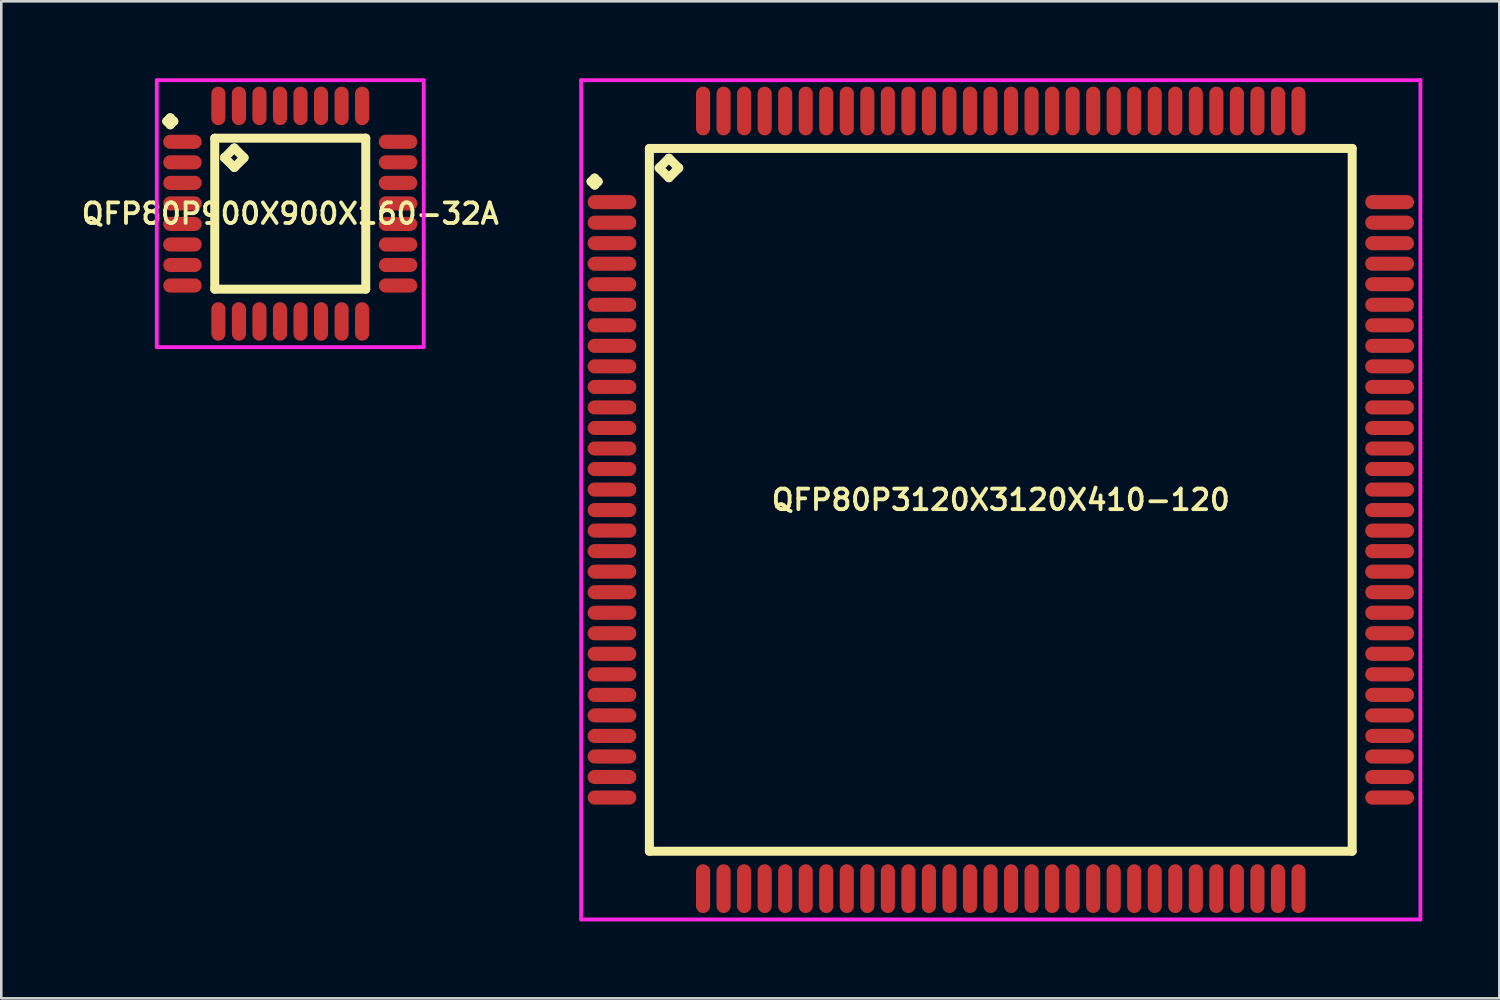
<source format=kicad_pcb>
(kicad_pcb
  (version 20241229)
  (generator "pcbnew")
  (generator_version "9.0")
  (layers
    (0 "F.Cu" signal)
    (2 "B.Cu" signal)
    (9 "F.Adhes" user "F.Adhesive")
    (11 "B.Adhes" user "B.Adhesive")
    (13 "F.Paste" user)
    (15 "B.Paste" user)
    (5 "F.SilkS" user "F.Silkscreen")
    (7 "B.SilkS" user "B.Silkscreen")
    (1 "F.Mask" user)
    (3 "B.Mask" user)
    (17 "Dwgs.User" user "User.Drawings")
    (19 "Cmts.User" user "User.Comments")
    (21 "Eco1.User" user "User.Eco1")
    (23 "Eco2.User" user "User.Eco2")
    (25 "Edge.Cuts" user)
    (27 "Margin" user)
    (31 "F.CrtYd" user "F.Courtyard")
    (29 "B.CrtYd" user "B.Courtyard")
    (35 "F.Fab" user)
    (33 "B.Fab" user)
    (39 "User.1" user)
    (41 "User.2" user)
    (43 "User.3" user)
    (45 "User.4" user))
  (footprint "QFP80P3120X3120X410-120"
    (layer "F.Cu")
    (at 35.944 16.425)
    (property "Reference" "QFP80P3120X3120X410-120" (at 0 0 0) (layer "F.SilkS") (effects (font (size 0.8 0.8) (thickness 0.15))))
    (attr smd)
    (fp_line (start -15.963 -12.4) (end -15.825 -12.537) (stroke (width 0.35) (type solid)) (layer "F.SilkS"))
    (fp_line (start -15.825 -12.537) (end -15.688 -12.4) (stroke (width 0.35) (type solid)) (layer "F.SilkS"))
    (fp_line (start -15.825 -12.262) (end -15.963 -12.4) (stroke (width 0.35) (type solid)) (layer "F.SilkS"))
    (fp_line (start -15.688 -12.4) (end -15.825 -12.262) (stroke (width 0.35) (type solid)) (layer "F.SilkS"))
    (fp_line (start -13.692 -13.692) (end -13.692 13.692) (stroke (width 0.35) (type solid)) (layer "F.SilkS"))
    (fp_line (start -13.692 13.692) (end 13.692 13.692) (stroke (width 0.35) (type solid)) (layer "F.SilkS"))
    (fp_line (start -13.311 -12.93) (end -12.93 -13.311) (stroke (width 0.35) (type solid)) (layer "F.SilkS"))
    (fp_line (start -12.93 -13.311) (end -12.549 -12.93) (stroke (width 0.35) (type solid)) (layer "F.SilkS"))
    (fp_line (start -12.93 -12.549) (end -13.311 -12.93) (stroke (width 0.35) (type solid)) (layer "F.SilkS"))
    (fp_line (start -12.549 -12.93) (end -12.93 -12.549) (stroke (width 0.35) (type solid)) (layer "F.SilkS"))
    (fp_line (start 13.692 -13.692) (end -13.692 -13.692) (stroke (width 0.35) (type solid)) (layer "F.SilkS"))
    (fp_line (start 13.692 13.692) (end 13.692 -13.692) (stroke (width 0.35) (type solid)) (layer "F.SilkS"))
    (fp_line (start -16.35 -16.35) (end 16.35 -16.35) (stroke (width 0.15) (type solid)) (layer "F.CrtYd"))
    (fp_line (start -16.35 16.35) (end -16.35 -16.35) (stroke (width 0.15) (type solid)) (layer "F.CrtYd"))
    (fp_line (start 16.35 -16.35) (end 16.35 16.35) (stroke (width 0.15) (type solid)) (layer "F.CrtYd"))
    (fp_line (start 16.35 16.35) (end -16.35 16.35) (stroke (width 0.15) (type solid)) (layer "F.CrtYd"))
    (pad "1" smd oval (at -15.15 -11.6) (size 1.9 0.55) (layers "F.Cu" "F.Mask" "F.Paste"))
    (pad "2" smd oval (at -15.15 -10.8) (size 1.9 0.55) (layers "F.Cu" "F.Mask" "F.Paste"))
    (pad "3" smd oval (at -15.15 -10) (size 1.9 0.55) (layers "F.Cu" "F.Mask" "F.Paste"))
    (pad "4" smd oval (at -15.15 -9.2) (size 1.9 0.55) (layers "F.Cu" "F.Mask" "F.Paste"))
    (pad "5" smd oval (at -15.15 -8.4) (size 1.9 0.55) (layers "F.Cu" "F.Mask" "F.Paste"))
    (pad "6" smd oval (at -15.15 -7.6) (size 1.9 0.55) (layers "F.Cu" "F.Mask" "F.Paste"))
    (pad "7" smd oval (at -15.15 -6.8) (size 1.9 0.55) (layers "F.Cu" "F.Mask" "F.Paste"))
    (pad "8" smd oval (at -15.15 -6) (size 1.9 0.55) (layers "F.Cu" "F.Mask" "F.Paste"))
    (pad "9" smd oval (at -15.15 -5.2) (size 1.9 0.55) (layers "F.Cu" "F.Mask" "F.Paste"))
    (pad "10" smd oval (at -15.15 -4.4) (size 1.9 0.55) (layers "F.Cu" "F.Mask" "F.Paste"))
    (pad "11" smd oval (at -15.15 -3.6) (size 1.9 0.55) (layers "F.Cu" "F.Mask" "F.Paste"))
    (pad "12" smd oval (at -15.15 -2.8) (size 1.9 0.55) (layers "F.Cu" "F.Mask" "F.Paste"))
    (pad "13" smd oval (at -15.15 -2) (size 1.9 0.55) (layers "F.Cu" "F.Mask" "F.Paste"))
    (pad "14" smd oval (at -15.15 -1.2) (size 1.9 0.55) (layers "F.Cu" "F.Mask" "F.Paste"))
    (pad "15" smd oval (at -15.15 -0.4) (size 1.9 0.55) (layers "F.Cu" "F.Mask" "F.Paste"))
    (pad "16" smd oval (at -15.15 0.4) (size 1.9 0.55) (layers "F.Cu" "F.Mask" "F.Paste"))
    (pad "17" smd oval (at -15.15 1.2) (size 1.9 0.55) (layers "F.Cu" "F.Mask" "F.Paste"))
    (pad "18" smd oval (at -15.15 2) (size 1.9 0.55) (layers "F.Cu" "F.Mask" "F.Paste"))
    (pad "19" smd oval (at -15.15 2.8) (size 1.9 0.55) (layers "F.Cu" "F.Mask" "F.Paste"))
    (pad "20" smd oval (at -15.15 3.6) (size 1.9 0.55) (layers "F.Cu" "F.Mask" "F.Paste"))
    (pad "21" smd oval (at -15.15 4.4) (size 1.9 0.55) (layers "F.Cu" "F.Mask" "F.Paste"))
    (pad "22" smd oval (at -15.15 5.2) (size 1.9 0.55) (layers "F.Cu" "F.Mask" "F.Paste"))
    (pad "23" smd oval (at -15.15 6) (size 1.9 0.55) (layers "F.Cu" "F.Mask" "F.Paste"))
    (pad "24" smd oval (at -15.15 6.8) (size 1.9 0.55) (layers "F.Cu" "F.Mask" "F.Paste"))
    (pad "25" smd oval (at -15.15 7.6) (size 1.9 0.55) (layers "F.Cu" "F.Mask" "F.Paste"))
    (pad "26" smd oval (at -15.15 8.4) (size 1.9 0.55) (layers "F.Cu" "F.Mask" "F.Paste"))
    (pad "27" smd oval (at -15.15 9.2) (size 1.9 0.55) (layers "F.Cu" "F.Mask" "F.Paste"))
    (pad "28" smd oval (at -15.15 10) (size 1.9 0.55) (layers "F.Cu" "F.Mask" "F.Paste"))
    (pad "29" smd oval (at -15.15 10.8) (size 1.9 0.55) (layers "F.Cu" "F.Mask" "F.Paste"))
    (pad "30" smd oval (at -15.15 11.6) (size 1.9 0.55) (layers "F.Cu" "F.Mask" "F.Paste"))
    (pad "31" smd oval (at -11.6 15.15) (size 0.55 1.9) (layers "F.Cu" "F.Mask" "F.Paste"))
    (pad "32" smd oval (at -10.8 15.15) (size 0.55 1.9) (layers "F.Cu" "F.Mask" "F.Paste"))
    (pad "33" smd oval (at -10 15.15) (size 0.55 1.9) (layers "F.Cu" "F.Mask" "F.Paste"))
    (pad "34" smd oval (at -9.2 15.15) (size 0.55 1.9) (layers "F.Cu" "F.Mask" "F.Paste"))
    (pad "35" smd oval (at -8.4 15.15) (size 0.55 1.9) (layers "F.Cu" "F.Mask" "F.Paste"))
    (pad "36" smd oval (at -7.6 15.15) (size 0.55 1.9) (layers "F.Cu" "F.Mask" "F.Paste"))
    (pad "37" smd oval (at -6.8 15.15) (size 0.55 1.9) (layers "F.Cu" "F.Mask" "F.Paste"))
    (pad "38" smd oval (at -6 15.15) (size 0.55 1.9) (layers "F.Cu" "F.Mask" "F.Paste"))
    (pad "39" smd oval (at -5.2 15.15) (size 0.55 1.9) (layers "F.Cu" "F.Mask" "F.Paste"))
    (pad "40" smd oval (at -4.4 15.15) (size 0.55 1.9) (layers "F.Cu" "F.Mask" "F.Paste"))
    (pad "41" smd oval (at -3.6 15.15) (size 0.55 1.9) (layers "F.Cu" "F.Mask" "F.Paste"))
    (pad "42" smd oval (at -2.8 15.15) (size 0.55 1.9) (layers "F.Cu" "F.Mask" "F.Paste"))
    (pad "43" smd oval (at -2 15.15) (size 0.55 1.9) (layers "F.Cu" "F.Mask" "F.Paste"))
    (pad "44" smd oval (at -1.2 15.15) (size 0.55 1.9) (layers "F.Cu" "F.Mask" "F.Paste"))
    (pad "45" smd oval (at -0.4 15.15) (size 0.55 1.9) (layers "F.Cu" "F.Mask" "F.Paste"))
    (pad "46" smd oval (at 0.4 15.15) (size 0.55 1.9) (layers "F.Cu" "F.Mask" "F.Paste"))
    (pad "47" smd oval (at 1.2 15.15) (size 0.55 1.9) (layers "F.Cu" "F.Mask" "F.Paste"))
    (pad "48" smd oval (at 2 15.15) (size 0.55 1.9) (layers "F.Cu" "F.Mask" "F.Paste"))
    (pad "49" smd oval (at 2.8 15.15) (size 0.55 1.9) (layers "F.Cu" "F.Mask" "F.Paste"))
    (pad "50" smd oval (at 3.6 15.15) (size 0.55 1.9) (layers "F.Cu" "F.Mask" "F.Paste"))
    (pad "51" smd oval (at 4.4 15.15) (size 0.55 1.9) (layers "F.Cu" "F.Mask" "F.Paste"))
    (pad "52" smd oval (at 5.2 15.15) (size 0.55 1.9) (layers "F.Cu" "F.Mask" "F.Paste"))
    (pad "53" smd oval (at 6 15.15) (size 0.55 1.9) (layers "F.Cu" "F.Mask" "F.Paste"))
    (pad "54" smd oval (at 6.8 15.15) (size 0.55 1.9) (layers "F.Cu" "F.Mask" "F.Paste"))
    (pad "55" smd oval (at 7.6 15.15) (size 0.55 1.9) (layers "F.Cu" "F.Mask" "F.Paste"))
    (pad "56" smd oval (at 8.4 15.15) (size 0.55 1.9) (layers "F.Cu" "F.Mask" "F.Paste"))
    (pad "57" smd oval (at 9.2 15.15) (size 0.55 1.9) (layers "F.Cu" "F.Mask" "F.Paste"))
    (pad "58" smd oval (at 10 15.15) (size 0.55 1.9) (layers "F.Cu" "F.Mask" "F.Paste"))
    (pad "59" smd oval (at 10.8 15.15) (size 0.55 1.9) (layers "F.Cu" "F.Mask" "F.Paste"))
    (pad "60" smd oval (at 11.6 15.15) (size 0.55 1.9) (layers "F.Cu" "F.Mask" "F.Paste"))
    (pad "61" smd oval (at 15.15 11.6) (size 1.9 0.55) (layers "F.Cu" "F.Mask" "F.Paste"))
    (pad "62" smd oval (at 15.15 10.8) (size 1.9 0.55) (layers "F.Cu" "F.Mask" "F.Paste"))
    (pad "63" smd oval (at 15.15 10) (size 1.9 0.55) (layers "F.Cu" "F.Mask" "F.Paste"))
    (pad "64" smd oval (at 15.15 9.2) (size 1.9 0.55) (layers "F.Cu" "F.Mask" "F.Paste"))
    (pad "65" smd oval (at 15.15 8.4) (size 1.9 0.55) (layers "F.Cu" "F.Mask" "F.Paste"))
    (pad "66" smd oval (at 15.15 7.6) (size 1.9 0.55) (layers "F.Cu" "F.Mask" "F.Paste"))
    (pad "67" smd oval (at 15.15 6.8) (size 1.9 0.55) (layers "F.Cu" "F.Mask" "F.Paste"))
    (pad "68" smd oval (at 15.15 6) (size 1.9 0.55) (layers "F.Cu" "F.Mask" "F.Paste"))
    (pad "69" smd oval (at 15.15 5.2) (size 1.9 0.55) (layers "F.Cu" "F.Mask" "F.Paste"))
    (pad "70" smd oval (at 15.15 4.4) (size 1.9 0.55) (layers "F.Cu" "F.Mask" "F.Paste"))
    (pad "71" smd oval (at 15.15 3.6) (size 1.9 0.55) (layers "F.Cu" "F.Mask" "F.Paste"))
    (pad "72" smd oval (at 15.15 2.8) (size 1.9 0.55) (layers "F.Cu" "F.Mask" "F.Paste"))
    (pad "73" smd oval (at 15.15 2) (size 1.9 0.55) (layers "F.Cu" "F.Mask" "F.Paste"))
    (pad "74" smd oval (at 15.15 1.2) (size 1.9 0.55) (layers "F.Cu" "F.Mask" "F.Paste"))
    (pad "75" smd oval (at 15.15 0.4) (size 1.9 0.55) (layers "F.Cu" "F.Mask" "F.Paste"))
    (pad "76" smd oval (at 15.15 -0.4) (size 1.9 0.55) (layers "F.Cu" "F.Mask" "F.Paste"))
    (pad "77" smd oval (at 15.15 -1.2) (size 1.9 0.55) (layers "F.Cu" "F.Mask" "F.Paste"))
    (pad "78" smd oval (at 15.15 -2) (size 1.9 0.55) (layers "F.Cu" "F.Mask" "F.Paste"))
    (pad "79" smd oval (at 15.15 -2.8) (size 1.9 0.55) (layers "F.Cu" "F.Mask" "F.Paste"))
    (pad "80" smd oval (at 15.15 -3.6) (size 1.9 0.55) (layers "F.Cu" "F.Mask" "F.Paste"))
    (pad "81" smd oval (at 15.15 -4.4) (size 1.9 0.55) (layers "F.Cu" "F.Mask" "F.Paste"))
    (pad "82" smd oval (at 15.15 -5.2) (size 1.9 0.55) (layers "F.Cu" "F.Mask" "F.Paste"))
    (pad "83" smd oval (at 15.15 -6) (size 1.9 0.55) (layers "F.Cu" "F.Mask" "F.Paste"))
    (pad "84" smd oval (at 15.15 -6.8) (size 1.9 0.55) (layers "F.Cu" "F.Mask" "F.Paste"))
    (pad "85" smd oval (at 15.15 -7.6) (size 1.9 0.55) (layers "F.Cu" "F.Mask" "F.Paste"))
    (pad "86" smd oval (at 15.15 -8.4) (size 1.9 0.55) (layers "F.Cu" "F.Mask" "F.Paste"))
    (pad "87" smd oval (at 15.15 -9.2) (size 1.9 0.55) (layers "F.Cu" "F.Mask" "F.Paste"))
    (pad "88" smd oval (at 15.15 -10) (size 1.9 0.55) (layers "F.Cu" "F.Mask" "F.Paste"))
    (pad "89" smd oval (at 15.15 -10.8) (size 1.9 0.55) (layers "F.Cu" "F.Mask" "F.Paste"))
    (pad "90" smd oval (at 15.15 -11.6) (size 1.9 0.55) (layers "F.Cu" "F.Mask" "F.Paste"))
    (pad "91" smd oval (at 11.6 -15.15) (size 0.55 1.9) (layers "F.Cu" "F.Mask" "F.Paste"))
    (pad "92" smd oval (at 10.8 -15.15) (size 0.55 1.9) (layers "F.Cu" "F.Mask" "F.Paste"))
    (pad "93" smd oval (at 10 -15.15) (size 0.55 1.9) (layers "F.Cu" "F.Mask" "F.Paste"))
    (pad "94" smd oval (at 9.2 -15.15) (size 0.55 1.9) (layers "F.Cu" "F.Mask" "F.Paste"))
    (pad "95" smd oval (at 8.4 -15.15) (size 0.55 1.9) (layers "F.Cu" "F.Mask" "F.Paste"))
    (pad "96" smd oval (at 7.6 -15.15) (size 0.55 1.9) (layers "F.Cu" "F.Mask" "F.Paste"))
    (pad "97" smd oval (at 6.8 -15.15) (size 0.55 1.9) (layers "F.Cu" "F.Mask" "F.Paste"))
    (pad "98" smd oval (at 6 -15.15) (size 0.55 1.9) (layers "F.Cu" "F.Mask" "F.Paste"))
    (pad "99" smd oval (at 5.2 -15.15) (size 0.55 1.9) (layers "F.Cu" "F.Mask" "F.Paste"))
    (pad "100" smd oval (at 4.4 -15.15) (size 0.55 1.9) (layers "F.Cu" "F.Mask" "F.Paste"))
    (pad "101" smd oval (at 3.6 -15.15) (size 0.55 1.9) (layers "F.Cu" "F.Mask" "F.Paste"))
    (pad "102" smd oval (at 2.8 -15.15) (size 0.55 1.9) (layers "F.Cu" "F.Mask" "F.Paste"))
    (pad "103" smd oval (at 2 -15.15) (size 0.55 1.9) (layers "F.Cu" "F.Mask" "F.Paste"))
    (pad "104" smd oval (at 1.2 -15.15) (size 0.55 1.9) (layers "F.Cu" "F.Mask" "F.Paste"))
    (pad "105" smd oval (at 0.4 -15.15) (size 0.55 1.9) (layers "F.Cu" "F.Mask" "F.Paste"))
    (pad "106" smd oval (at -0.4 -15.15) (size 0.55 1.9) (layers "F.Cu" "F.Mask" "F.Paste"))
    (pad "107" smd oval (at -1.2 -15.15) (size 0.55 1.9) (layers "F.Cu" "F.Mask" "F.Paste"))
    (pad "108" smd oval (at -2 -15.15) (size 0.55 1.9) (layers "F.Cu" "F.Mask" "F.Paste"))
    (pad "109" smd oval (at -2.8 -15.15) (size 0.55 1.9) (layers "F.Cu" "F.Mask" "F.Paste"))
    (pad "110" smd oval (at -3.6 -15.15) (size 0.55 1.9) (layers "F.Cu" "F.Mask" "F.Paste"))
    (pad "111" smd oval (at -4.4 -15.15) (size 0.55 1.9) (layers "F.Cu" "F.Mask" "F.Paste"))
    (pad "112" smd oval (at -5.2 -15.15) (size 0.55 1.9) (layers "F.Cu" "F.Mask" "F.Paste"))
    (pad "113" smd oval (at -6 -15.15) (size 0.55 1.9) (layers "F.Cu" "F.Mask" "F.Paste"))
    (pad "114" smd oval (at -6.8 -15.15) (size 0.55 1.9) (layers "F.Cu" "F.Mask" "F.Paste"))
    (pad "115" smd oval (at -7.6 -15.15) (size 0.55 1.9) (layers "F.Cu" "F.Mask" "F.Paste"))
    (pad "116" smd oval (at -8.4 -15.15) (size 0.55 1.9) (layers "F.Cu" "F.Mask" "F.Paste"))
    (pad "117" smd oval (at -9.2 -15.15) (size 0.55 1.9) (layers "F.Cu" "F.Mask" "F.Paste"))
    (pad "118" smd oval (at -10 -15.15) (size 0.55 1.9) (layers "F.Cu" "F.Mask" "F.Paste"))
    (pad "119" smd oval (at -10.8 -15.15) (size 0.55 1.9) (layers "F.Cu" "F.Mask" "F.Paste"))
    (pad "120" smd oval (at -11.6 -15.15) (size 0.55 1.9) (layers "F.Cu" "F.Mask" "F.Paste")))
  (footprint "QFP80P900X900X160-32A"
    (layer "F.Cu")
    (at 8.259 5.275)
    (property "Reference" "QFP80P900X900X160-32A" (at 0 0 0) (layer "F.SilkS") (effects (font (size 0.8 0.8) (thickness 0.15))))
    (attr smd)
    (fp_line (start -4.812 -3.6) (end -4.675 -3.737) (stroke (width 0.35) (type solid)) (layer "F.SilkS"))
    (fp_line (start -4.675 -3.737) (end -4.537 -3.6) (stroke (width 0.35) (type solid)) (layer "F.SilkS"))
    (fp_line (start -4.675 -3.462) (end -4.812 -3.6) (stroke (width 0.35) (type solid)) (layer "F.SilkS"))
    (fp_line (start -4.537 -3.6) (end -4.675 -3.462) (stroke (width 0.35) (type solid)) (layer "F.SilkS"))
    (fp_line (start -2.942 -2.942) (end -2.942 2.942) (stroke (width 0.35) (type solid)) (layer "F.SilkS"))
    (fp_line (start -2.942 2.942) (end 2.942 2.942) (stroke (width 0.35) (type solid)) (layer "F.SilkS"))
    (fp_line (start -2.561 -2.18) (end -2.18 -2.561) (stroke (width 0.35) (type solid)) (layer "F.SilkS"))
    (fp_line (start -2.18 -2.561) (end -1.799 -2.18) (stroke (width 0.35) (type solid)) (layer "F.SilkS"))
    (fp_line (start -2.18 -1.799) (end -2.561 -2.18) (stroke (width 0.35) (type solid)) (layer "F.SilkS"))
    (fp_line (start -1.799 -2.18) (end -2.18 -1.799) (stroke (width 0.35) (type solid)) (layer "F.SilkS"))
    (fp_line (start 2.942 -2.942) (end -2.942 -2.942) (stroke (width 0.35) (type solid)) (layer "F.SilkS"))
    (fp_line (start 2.942 2.942) (end 2.942 -2.942) (stroke (width 0.35) (type solid)) (layer "F.SilkS"))
    (fp_line (start -5.2 -5.2) (end 5.2 -5.2) (stroke (width 0.15) (type solid)) (layer "F.CrtYd"))
    (fp_line (start -5.2 5.2) (end -5.2 -5.2) (stroke (width 0.15) (type solid)) (layer "F.CrtYd"))
    (fp_line (start 5.2 -5.2) (end 5.2 5.2) (stroke (width 0.15) (type solid)) (layer "F.CrtYd"))
    (fp_line (start 5.2 5.2) (end -5.2 5.2) (stroke (width 0.15) (type solid)) (layer "F.CrtYd"))
    (pad "1" smd oval (at -4.2 -2.8) (size 1.5 0.55) (layers "F.Cu" "F.Mask" "F.Paste"))
    (pad "2" smd oval (at -4.2 -2) (size 1.5 0.55) (layers "F.Cu" "F.Mask" "F.Paste"))
    (pad "3" smd oval (at -4.2 -1.2) (size 1.5 0.55) (layers "F.Cu" "F.Mask" "F.Paste"))
    (pad "4" smd oval (at -4.2 -0.4) (size 1.5 0.55) (layers "F.Cu" "F.Mask" "F.Paste"))
    (pad "5" smd oval (at -4.2 0.4) (size 1.5 0.55) (layers "F.Cu" "F.Mask" "F.Paste"))
    (pad "6" smd oval (at -4.2 1.2) (size 1.5 0.55) (layers "F.Cu" "F.Mask" "F.Paste"))
    (pad "7" smd oval (at -4.2 2) (size 1.5 0.55) (layers "F.Cu" "F.Mask" "F.Paste"))
    (pad "8" smd oval (at -4.2 2.8) (size 1.5 0.55) (layers "F.Cu" "F.Mask" "F.Paste"))
    (pad "9" smd oval (at -2.8 4.2) (size 0.55 1.5) (layers "F.Cu" "F.Mask" "F.Paste"))
    (pad "10" smd oval (at -2 4.2) (size 0.55 1.5) (layers "F.Cu" "F.Mask" "F.Paste"))
    (pad "11" smd oval (at -1.2 4.2) (size 0.55 1.5) (layers "F.Cu" "F.Mask" "F.Paste"))
    (pad "12" smd oval (at -0.4 4.2) (size 0.55 1.5) (layers "F.Cu" "F.Mask" "F.Paste"))
    (pad "13" smd oval (at 0.4 4.2) (size 0.55 1.5) (layers "F.Cu" "F.Mask" "F.Paste"))
    (pad "14" smd oval (at 1.2 4.2) (size 0.55 1.5) (layers "F.Cu" "F.Mask" "F.Paste"))
    (pad "15" smd oval (at 2 4.2) (size 0.55 1.5) (layers "F.Cu" "F.Mask" "F.Paste"))
    (pad "16" smd oval (at 2.8 4.2) (size 0.55 1.5) (layers "F.Cu" "F.Mask" "F.Paste"))
    (pad "17" smd oval (at 4.2 2.8) (size 1.5 0.55) (layers "F.Cu" "F.Mask" "F.Paste"))
    (pad "18" smd oval (at 4.2 2) (size 1.5 0.55) (layers "F.Cu" "F.Mask" "F.Paste"))
    (pad "19" smd oval (at 4.2 1.2) (size 1.5 0.55) (layers "F.Cu" "F.Mask" "F.Paste"))
    (pad "20" smd oval (at 4.2 0.4) (size 1.5 0.55) (layers "F.Cu" "F.Mask" "F.Paste"))
    (pad "21" smd oval (at 4.2 -0.4) (size 1.5 0.55) (layers "F.Cu" "F.Mask" "F.Paste"))
    (pad "22" smd oval (at 4.2 -1.2) (size 1.5 0.55) (layers "F.Cu" "F.Mask" "F.Paste"))
    (pad "23" smd oval (at 4.2 -2) (size 1.5 0.55) (layers "F.Cu" "F.Mask" "F.Paste"))
    (pad "24" smd oval (at 4.2 -2.8) (size 1.5 0.55) (layers "F.Cu" "F.Mask" "F.Paste"))
    (pad "25" smd oval (at 2.8 -4.2) (size 0.55 1.5) (layers "F.Cu" "F.Mask" "F.Paste"))
    (pad "26" smd oval (at 2 -4.2) (size 0.55 1.5) (layers "F.Cu" "F.Mask" "F.Paste"))
    (pad "27" smd oval (at 1.2 -4.2) (size 0.55 1.5) (layers "F.Cu" "F.Mask" "F.Paste"))
    (pad "28" smd oval (at 0.4 -4.2) (size 0.55 1.5) (layers "F.Cu" "F.Mask" "F.Paste"))
    (pad "29" smd oval (at -0.4 -4.2) (size 0.55 1.5) (layers "F.Cu" "F.Mask" "F.Paste"))
    (pad "30" smd oval (at -1.2 -4.2) (size 0.55 1.5) (layers "F.Cu" "F.Mask" "F.Paste"))
    (pad "31" smd oval (at -2 -4.2) (size 0.55 1.5) (layers "F.Cu" "F.Mask" "F.Paste"))
    (pad "32" smd oval (at -2.8 -4.2) (size 0.55 1.5) (layers "F.Cu" "F.Mask" "F.Paste")))
  (gr_rect
    (start -3 -3)
    (end 55.369 35.85)
    (stroke (width 0.1) (type default))
    (fill no)
    (layer "Edge.Cuts")))
</source>
